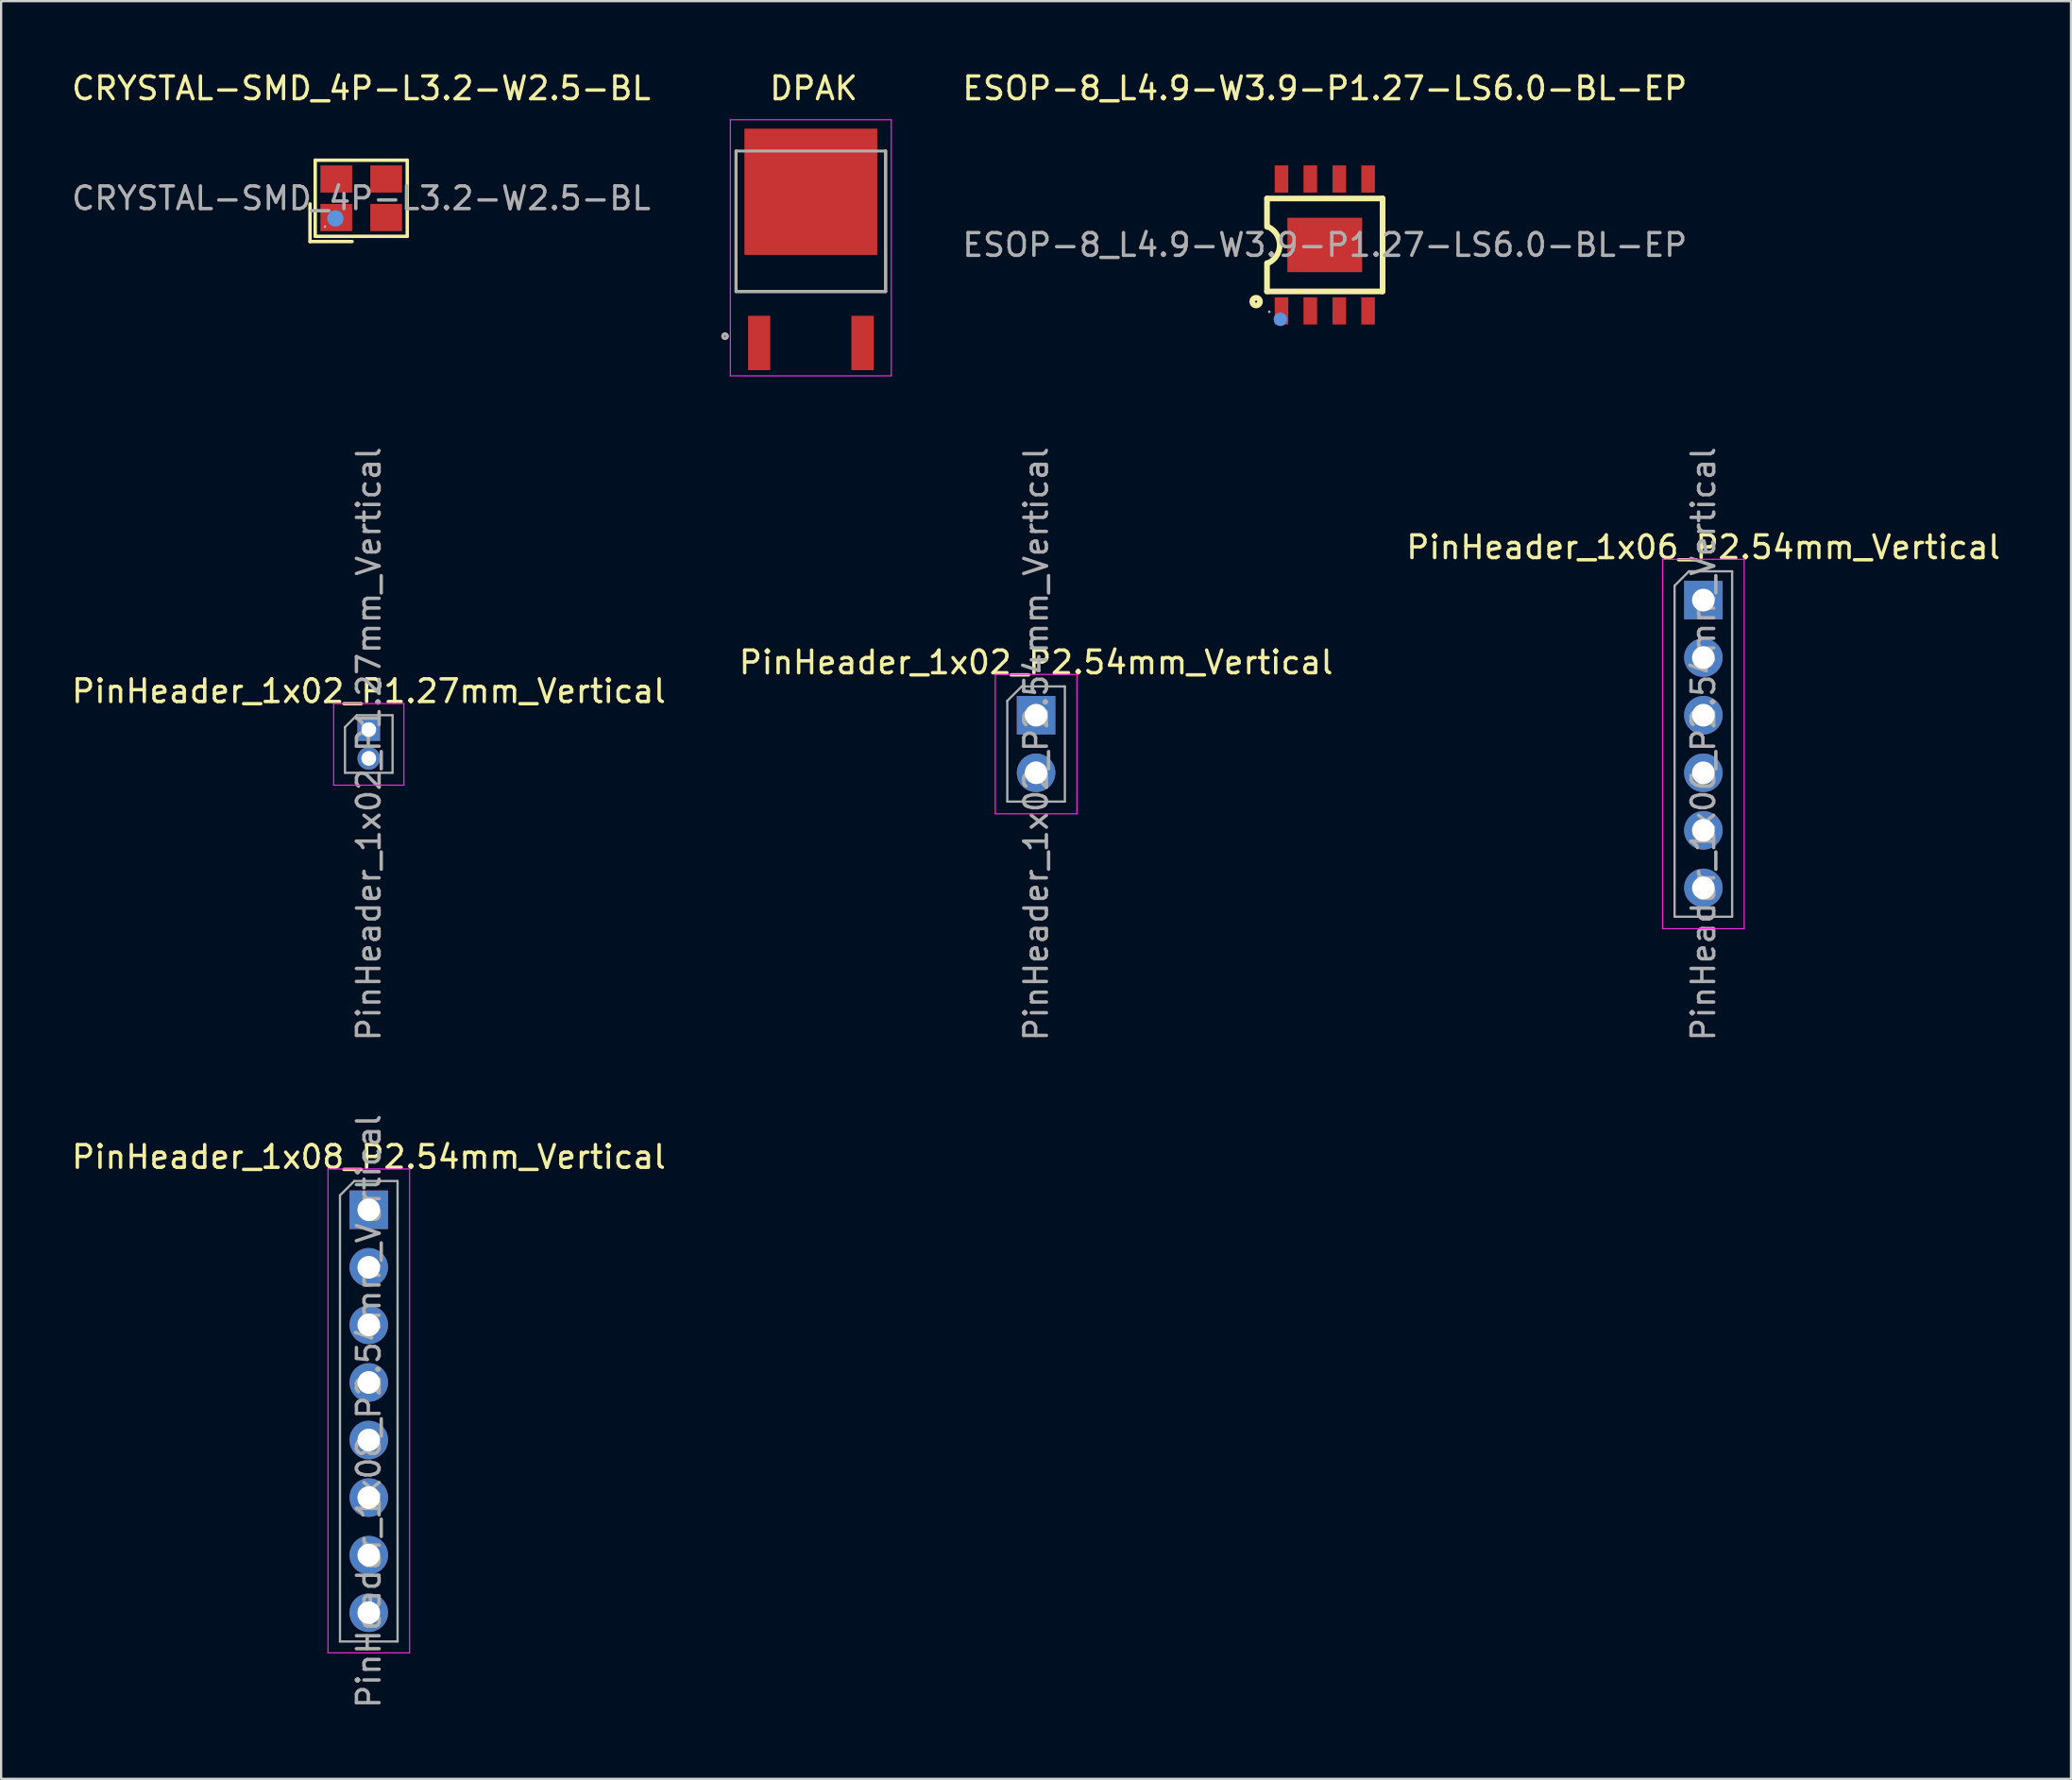
<source format=kicad_pcb>
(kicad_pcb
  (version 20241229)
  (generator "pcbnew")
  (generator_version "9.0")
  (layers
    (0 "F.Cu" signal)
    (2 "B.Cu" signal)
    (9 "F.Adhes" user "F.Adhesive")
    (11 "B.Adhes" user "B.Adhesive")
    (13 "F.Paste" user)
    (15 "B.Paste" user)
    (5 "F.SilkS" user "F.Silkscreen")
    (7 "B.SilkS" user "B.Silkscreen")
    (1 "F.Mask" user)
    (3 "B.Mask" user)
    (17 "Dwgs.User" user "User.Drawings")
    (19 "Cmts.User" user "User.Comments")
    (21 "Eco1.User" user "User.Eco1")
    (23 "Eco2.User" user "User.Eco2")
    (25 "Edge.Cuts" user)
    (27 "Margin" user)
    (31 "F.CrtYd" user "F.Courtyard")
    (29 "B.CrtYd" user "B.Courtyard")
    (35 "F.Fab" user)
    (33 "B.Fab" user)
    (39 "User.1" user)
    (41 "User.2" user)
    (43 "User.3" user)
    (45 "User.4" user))
  (footprint "PinHeader_1x08_P2.54mm_Vertical"
    (layer "F.Cu")
    (at 13.22 50.329)
    (property "Reference" "PinHeader_1x08_P2.54mm_Vertical" (at 0 -2.33 0) (layer "F.SilkS") (effects (font (size 1 1) (thickness 0.15))))
    (attr through_hole)
    (fp_line (start -1.8 -1.8) (end -1.8 19.55) (stroke (width 0.05) (type solid)) (layer "F.CrtYd"))
    (fp_line (start -1.8 19.55) (end 1.8 19.55) (stroke (width 0.05) (type solid)) (layer "F.CrtYd"))
    (fp_line (start 1.8 -1.8) (end -1.8 -1.8) (stroke (width 0.05) (type solid)) (layer "F.CrtYd"))
    (fp_line (start 1.8 19.55) (end 1.8 -1.8) (stroke (width 0.05) (type solid)) (layer "F.CrtYd"))
    (fp_line (start -1.27 -0.635) (end -0.635 -1.27) (stroke (width 0.1) (type solid)) (layer "F.Fab"))
    (fp_line (start -1.27 19.05) (end -1.27 -0.635) (stroke (width 0.1) (type solid)) (layer "F.Fab"))
    (fp_line (start -0.635 -1.27) (end 1.27 -1.27) (stroke (width 0.1) (type solid)) (layer "F.Fab"))
    (fp_line (start 1.27 -1.27) (end 1.27 19.05) (stroke (width 0.1) (type solid)) (layer "F.Fab"))
    (fp_line (start 1.27 19.05) (end -1.27 19.05) (stroke (width 0.1) (type solid)) (layer "F.Fab"))
    (fp_text user "${REFERENCE}" (at 0 8.89 90) (layer "F.Fab") (effects (font (size 1 1) (thickness 0.15))))
    (pad "1" thru_hole rect (at 0 0) (size 1.7 1.7) (drill 1) (layers "*.Cu" "*.Mask"))
    (pad "2" thru_hole oval (at 0 2.54) (size 1.7 1.7) (drill 1) (layers "*.Cu" "*.Mask"))
    (pad "3" thru_hole oval (at 0 5.08) (size 1.7 1.7) (drill 1) (layers "*.Cu" "*.Mask"))
    (pad "4" thru_hole oval (at 0 7.62) (size 1.7 1.7) (drill 1) (layers "*.Cu" "*.Mask"))
    (pad "5" thru_hole oval (at 0 10.16) (size 1.7 1.7) (drill 1) (layers "*.Cu" "*.Mask"))
    (pad "6" thru_hole oval (at 0 12.7) (size 1.7 1.7) (drill 1) (layers "*.Cu" "*.Mask"))
    (pad "7" thru_hole oval (at 0 15.24) (size 1.7 1.7) (drill 1) (layers "*.Cu" "*.Mask"))
    (pad "8" thru_hole oval (at 0 17.78) (size 1.7 1.7) (drill 1) (layers "*.Cu" "*.Mask")))
  (footprint "PinHeader_1x06_P2.54mm_Vertical"
    (layer "F.Cu")
    (at 72.101 23.428)
    (property "Reference" "PinHeader_1x06_P2.54mm_Vertical" (at 0 -2.33 0) (layer "F.SilkS") (effects (font (size 1 1) (thickness 0.15))))
    (attr through_hole)
    (fp_line (start -1.8 -1.8) (end -1.8 14.5) (stroke (width 0.05) (type solid)) (layer "F.CrtYd"))
    (fp_line (start -1.8 14.5) (end 1.8 14.5) (stroke (width 0.05) (type solid)) (layer "F.CrtYd"))
    (fp_line (start 1.8 -1.8) (end -1.8 -1.8) (stroke (width 0.05) (type solid)) (layer "F.CrtYd"))
    (fp_line (start 1.8 14.5) (end 1.8 -1.8) (stroke (width 0.05) (type solid)) (layer "F.CrtYd"))
    (fp_line (start -1.27 -0.635) (end -0.635 -1.27) (stroke (width 0.1) (type solid)) (layer "F.Fab"))
    (fp_line (start -1.27 13.97) (end -1.27 -0.635) (stroke (width 0.1) (type solid)) (layer "F.Fab"))
    (fp_line (start -0.635 -1.27) (end 1.27 -1.27) (stroke (width 0.1) (type solid)) (layer "F.Fab"))
    (fp_line (start 1.27 -1.27) (end 1.27 13.97) (stroke (width 0.1) (type solid)) (layer "F.Fab"))
    (fp_line (start 1.27 13.97) (end -1.27 13.97) (stroke (width 0.1) (type solid)) (layer "F.Fab"))
    (fp_text user "${REFERENCE}" (at 0 6.35 90) (layer "F.Fab") (effects (font (size 1 1) (thickness 0.15))))
    (pad "1" thru_hole rect (at 0 0) (size 1.7 1.7) (drill 1) (layers "*.Cu" "*.Mask"))
    (pad "2" thru_hole oval (at 0 2.54) (size 1.7 1.7) (drill 1) (layers "*.Cu" "*.Mask"))
    (pad "3" thru_hole oval (at 0 5.08) (size 1.7 1.7) (drill 1) (layers "*.Cu" "*.Mask"))
    (pad "4" thru_hole oval (at 0 7.62) (size 1.7 1.7) (drill 1) (layers "*.Cu" "*.Mask"))
    (pad "5" thru_hole oval (at 0 10.16) (size 1.7 1.7) (drill 1) (layers "*.Cu" "*.Mask"))
    (pad "6" thru_hole oval (at 0 12.7) (size 1.7 1.7) (drill 1) (layers "*.Cu" "*.Mask")))
  (footprint "CRYSTAL-SMD_4P-L3.2-W2.5-BL"
    (layer "F.Cu")
    (at 12.887 5.698)
    (property "Reference" "CRYSTAL-SMD_4P-L3.2-W2.5-BL" (at 0 -4.85 0) (layer "F.SilkS") (effects (font (size 1 1) (thickness 0.15))))
    (attr smd)
    (fp_line (start -2.26 0.25) (end -2.26 1.91) (stroke (width 0.15) (type solid)) (layer "F.SilkS"))
    (fp_line (start -2.26 1.91) (end -0.4 1.91) (stroke (width 0.15) (type solid)) (layer "F.SilkS"))
    (fp_line (start -2.03 -1.68) (end 2.03 -1.68) (stroke (width 0.15) (type solid)) (layer "F.SilkS"))
    (fp_line (start -2.03 1.68) (end -2.03 -1.68) (stroke (width 0.15) (type solid)) (layer "F.SilkS"))
    (fp_line (start 2.03 -1.68) (end 2.03 1.68) (stroke (width 0.15) (type solid)) (layer "F.SilkS"))
    (fp_line (start 2.03 1.68) (end -2.03 1.68) (stroke (width 0.15) (type solid)) (layer "F.SilkS"))
    (fp_circle (center -1.14 0.89) (end -0.96 0.89) (stroke (width 0.36) (type solid)) (fill no) (layer "Cmts.User"))
    (fp_circle (center -1.6 1.25) (end -1.57 1.25) (stroke (width 0.06) (type solid)) (fill no) (layer "F.Fab"))
    (fp_text user "${REFERENCE}" (at 0 0 0) (layer "F.Fab") (effects (font (size 1 1) (thickness 0.15))))
    (pad "1" smd rect (at -1.1 0.85) (size 1.4 1.2) (layers "F.Cu" "F.Mask" "F.Paste"))
    (pad "2" smd rect (at 1.1 0.85) (size 1.4 1.2) (layers "F.Cu" "F.Mask" "F.Paste"))
    (pad "3" smd rect (at 1.1 -0.85) (size 1.4 1.2) (layers "F.Cu" "F.Mask" "F.Paste"))
    (pad "4" smd rect (at -1.1 -0.85) (size 1.4 1.2) (layers "F.Cu" "F.Mask" "F.Paste")))
  (footprint "PinHeader_1x02_P2.54mm_Vertical"
    (layer "F.Cu")
    (at 42.661 28.508)
    (property "Reference" "PinHeader_1x02_P2.54mm_Vertical" (at 0 -2.33 0) (layer "F.SilkS") (effects (font (size 1 1) (thickness 0.15))))
    (attr through_hole)
    (fp_line (start -1.8 -1.8) (end -1.8 4.35) (stroke (width 0.05) (type solid)) (layer "F.CrtYd"))
    (fp_line (start -1.8 4.35) (end 1.8 4.35) (stroke (width 0.05) (type solid)) (layer "F.CrtYd"))
    (fp_line (start 1.8 -1.8) (end -1.8 -1.8) (stroke (width 0.05) (type solid)) (layer "F.CrtYd"))
    (fp_line (start 1.8 4.35) (end 1.8 -1.8) (stroke (width 0.05) (type solid)) (layer "F.CrtYd"))
    (fp_line (start -1.27 -0.635) (end -0.635 -1.27) (stroke (width 0.1) (type solid)) (layer "F.Fab"))
    (fp_line (start -1.27 3.81) (end -1.27 -0.635) (stroke (width 0.1) (type solid)) (layer "F.Fab"))
    (fp_line (start -0.635 -1.27) (end 1.27 -1.27) (stroke (width 0.1) (type solid)) (layer "F.Fab"))
    (fp_line (start 1.27 -1.27) (end 1.27 3.81) (stroke (width 0.1) (type solid)) (layer "F.Fab"))
    (fp_line (start 1.27 3.81) (end -1.27 3.81) (stroke (width 0.1) (type solid)) (layer "F.Fab"))
    (fp_text user "${REFERENCE}" (at 0 1.27 90) (layer "F.Fab") (effects (font (size 1 1) (thickness 0.15))))
    (pad "1" thru_hole rect (at 0 0) (size 1.7 1.7) (drill 1) (layers "*.Cu" "*.Mask"))
    (pad "2" thru_hole oval (at 0 2.54) (size 1.7 1.7) (drill 1) (layers "*.Cu" "*.Mask")))
  (footprint "PinHeader_1x02_P1.27mm_Vertical"
    (layer "F.Cu")
    (at 13.22 29.143)
    (property "Reference" "PinHeader_1x02_P1.27mm_Vertical" (at 0 -1.695 0) (layer "F.SilkS") (effects (font (size 1 1) (thickness 0.15))))
    (attr through_hole)
    (fp_line (start -1.55 -1.15) (end -1.55 2.45) (stroke (width 0.05) (type solid)) (layer "F.CrtYd"))
    (fp_line (start -1.55 2.45) (end 1.55 2.45) (stroke (width 0.05) (type solid)) (layer "F.CrtYd"))
    (fp_line (start 1.55 -1.15) (end -1.55 -1.15) (stroke (width 0.05) (type solid)) (layer "F.CrtYd"))
    (fp_line (start 1.55 2.45) (end 1.55 -1.15) (stroke (width 0.05) (type solid)) (layer "F.CrtYd"))
    (fp_line (start -1.05 -0.11) (end -0.525 -0.635) (stroke (width 0.1) (type solid)) (layer "F.Fab"))
    (fp_line (start -1.05 1.905) (end -1.05 -0.11) (stroke (width 0.1) (type solid)) (layer "F.Fab"))
    (fp_line (start -0.525 -0.635) (end 1.05 -0.635) (stroke (width 0.1) (type solid)) (layer "F.Fab"))
    (fp_line (start 1.05 -0.635) (end 1.05 1.905) (stroke (width 0.1) (type solid)) (layer "F.Fab"))
    (fp_line (start 1.05 1.905) (end -1.05 1.905) (stroke (width 0.1) (type solid)) (layer "F.Fab"))
    (fp_text user "${REFERENCE}" (at 0 0.635 90) (layer "F.Fab") (effects (font (size 1 1) (thickness 0.15))))
    (pad "1" thru_hole rect (at 0 0) (size 1 1) (drill 0.65) (layers "*.Cu" "*.Mask"))
    (pad "2" thru_hole oval (at 0 1.27) (size 1 1) (drill 0.65) (layers "*.Cu" "*.Mask")))
  (footprint "DPAK"
    (layer "F.Cu")
    (at 32.723 7.883)
    (property "Reference" "DPAK" (at 0.125 -7.035 0) (layer "F.SilkS") (effects (font (size 1 1) (thickness 0.15))))
    (attr smd)
    (fp_line (start -3.3 -4.27) (end -3.3 1.93) (stroke (width 0.127) (type solid)) (layer "F.SilkS"))
    (fp_line (start -3.3 1.93) (end 3.3 1.93) (stroke (width 0.127) (type solid)) (layer "F.SilkS"))
    (fp_line (start 3.3 1.93) (end 3.3 -4.27) (stroke (width 0.127) (type solid)) (layer "F.SilkS"))
    (fp_circle (center -3.786 3.9) (end -3.686 3.9) (stroke (width 0.127) (type solid)) (fill no) (layer "F.SilkS"))
    (fp_line (start -3.55 -5.65) (end -3.55 5.65) (stroke (width 0.05) (type solid)) (layer "F.CrtYd"))
    (fp_line (start -3.55 5.65) (end 3.55 5.65) (stroke (width 0.05) (type solid)) (layer "F.CrtYd"))
    (fp_line (start 3.55 -5.65) (end -3.55 -5.65) (stroke (width 0.05) (type solid)) (layer "F.CrtYd"))
    (fp_line (start 3.55 5.65) (end 3.55 -5.65) (stroke (width 0.05) (type solid)) (layer "F.CrtYd"))
    (fp_line (start -3.3 -4.27) (end 3.3 -4.27) (stroke (width 0.127) (type solid)) (layer "F.Fab"))
    (fp_line (start -3.3 1.93) (end -3.3 -4.27) (stroke (width 0.127) (type solid)) (layer "F.Fab"))
    (fp_line (start 3.3 -4.27) (end 3.3 1.93) (stroke (width 0.127) (type solid)) (layer "F.Fab"))
    (fp_line (start 3.3 1.93) (end -3.3 1.93) (stroke (width 0.127) (type solid)) (layer "F.Fab"))
    (fp_circle (center -3.786 3.9) (end -3.686 3.9) (stroke (width 0.127) (type solid)) (fill no) (layer "F.Fab"))
    (pad "1" smd rect (at -2.28 4.2 90) (size 2.4 0.98) (layers "F.Cu" "F.Mask" "F.Paste"))
    (pad "2" smd rect (at 0 -2.47 90) (size 5.57 5.86) (layers "F.Cu" "F.Mask"))
    (pad "3" smd rect (at 2.28 4.2 270) (size 2.4 0.98) (layers "F.Cu" "F.Mask" "F.Paste")))
  (footprint "ESOP-8_L4.9-W3.9-P1.27-LS6.0-BL-EP"
    (layer "F.Cu")
    (at 55.399 7.758)
    (property "Reference" "ESOP-8_L4.9-W3.9-P1.27-LS6.0-BL-EP" (at 0 -6.91 0) (layer "F.SilkS") (effects (font (size 1 1) (thickness 0.15))))
    (attr smd)
    (fp_line (start -2.55 -2.05) (end 2.55 -2.05) (stroke (width 0.25) (type solid)) (layer "F.SilkS"))
    (fp_line (start -2.55 -0.8) (end -2.55 -2.05) (stroke (width 0.25) (type solid)) (layer "F.SilkS"))
    (fp_line (start -2.55 0.8) (end -2.55 2.05) (stroke (width 0.25) (type solid)) (layer "F.SilkS"))
    (fp_line (start 2.55 -2.05) (end 2.55 2.05) (stroke (width 0.25) (type solid)) (layer "F.SilkS"))
    (fp_line (start 2.55 2.05) (end -2.55 2.05) (stroke (width 0.25) (type solid)) (layer "F.SilkS"))
    (fp_arc (start -2.505609 -0.80257) (mid -1.988586 -0.003085) (end -2.5 0.8) (stroke (width 0.25) (type solid)) (layer "F.SilkS"))
    (fp_circle (center -3.03 2.5) (end -2.86 2.5) (stroke (width 0.25) (type solid)) (fill no) (layer "F.SilkS"))
    (fp_circle (center -1.96 3.28) (end -1.81 3.28) (stroke (width 0.3) (type solid)) (fill no) (layer "Cmts.User"))
    (fp_circle (center -2.45 2.95) (end -2.42 2.95) (stroke (width 0.06) (type solid)) (fill no) (layer "F.Fab"))
    (fp_text user "${REFERENCE}" (at 0 0 0) (layer "F.Fab") (effects (font (size 1 1) (thickness 0.15))))
    (pad "1" smd rect (at -1.91 2.91) (size 0.6 1.2) (layers "F.Cu" "F.Mask" "F.Paste"))
    (pad "2" smd rect (at -0.64 2.91) (size 0.6 1.2) (layers "F.Cu" "F.Mask" "F.Paste"))
    (pad "3" smd rect (at 0.64 2.91) (size 0.6 1.2) (layers "F.Cu" "F.Mask" "F.Paste"))
    (pad "4" smd rect (at 1.91 2.91) (size 0.6 1.2) (layers "F.Cu" "F.Mask" "F.Paste"))
    (pad "5" smd rect (at 1.91 -2.91) (size 0.6 1.2) (layers "F.Cu" "F.Mask" "F.Paste"))
    (pad "6" smd rect (at 0.64 -2.91) (size 0.6 1.2) (layers "F.Cu" "F.Mask" "F.Paste"))
    (pad "7" smd rect (at -0.64 -2.91) (size 0.6 1.2) (layers "F.Cu" "F.Mask" "F.Paste"))
    (pad "8" smd rect (at -1.91 -2.91) (size 0.6 1.2) (layers "F.Cu" "F.Mask" "F.Paste"))
    (pad "9" smd rect (at 0 0 180) (size 3.3 2.4) (layers "F.Cu" "F.Mask" "F.Paste")))
  (gr_rect
    (start -3 -3)
    (end 88.321 75.439)
    (stroke (width 0.1) (type default))
    (fill no)
    (layer "Edge.Cuts")))
</source>
